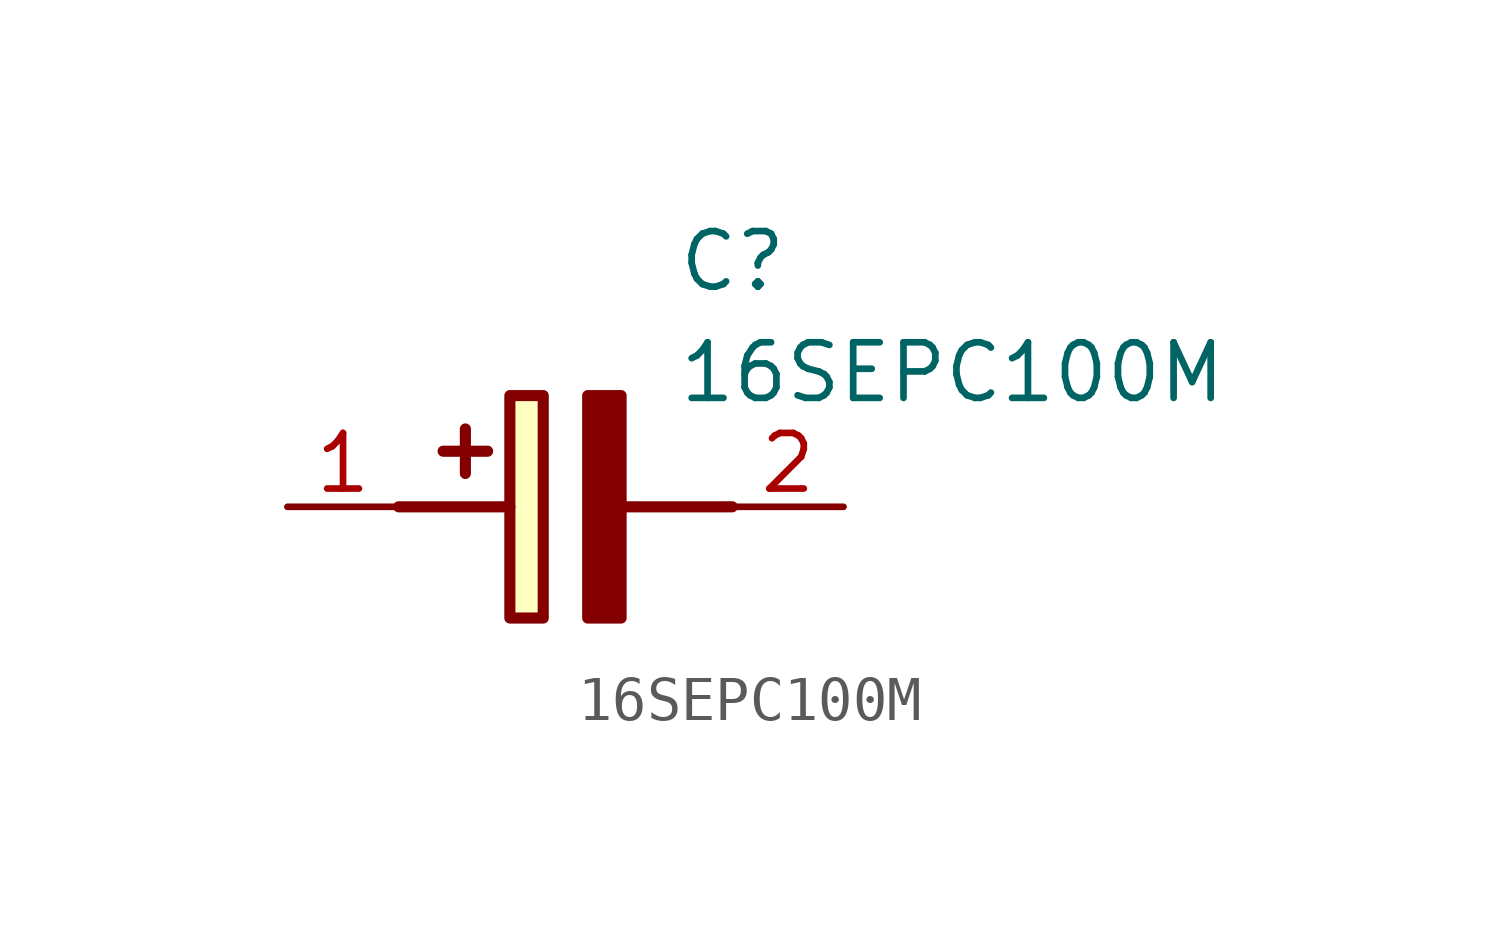
<source format=kicad_sym>
(kicad_symbol_lib
  (version 20211014)
  (generator SamacSys_ECAD_Model)
  (symbol "16SEPC100M"
    (pin_names hide)
    (property "Reference" "C"
      (at 8.89 6.35 0)
      (effects (font (size 1.27 1.27)) (justify left top)))
    (property "Value" "16SEPC100M"
      (at 8.89 3.81 0)
      (effects (font (size 1.27 1.27)) (justify left top)))
    (rectangle
      (start 5.08 2.54)
      (end 5.842 -2.54)
      (stroke (width 0.254) (type default))
      (fill (type background)))
    (polyline
      (pts (xy 4.572 1.27) (xy 3.556 1.27))
      (stroke (width 0.254) (type default))
      (fill (type none)))
    (polyline
      (pts (xy 4.064 1.778) (xy 4.064 0.762))
      (stroke (width 0.254) (type default))
      (fill (type none)))
    (polyline
      (pts (xy 2.54 0) (xy 5.08 0))
      (stroke (width 0.254) (type default))
      (fill (type none)))
    (polyline
      (pts (xy 7.62 0) (xy 10.16 0))
      (stroke (width 0.254) (type default))
      (fill (type none)))
    (polyline
      (pts (xy 7.62 2.54) (xy 7.62 -2.54) (xy 6.858 -2.54) (xy 6.858 2.54) (xy 7.62 2.54))
      (stroke (width 0.254) (type default))
      (fill (type outline)))
    (pin passive line
      (at 0 0 0)
      (length 2.54)
      (name "+" (effects (font (size 1.27 1.27))))
      (number "1" (effects (font (size 1.27 1.27)))))
    (pin passive line
      (at 12.7 0 180)
      (length 2.54)
      (name "-" (effects (font (size 1.27 1.27))))
      (number "2" (effects (font (size 1.27 1.27)))))))
</source>
